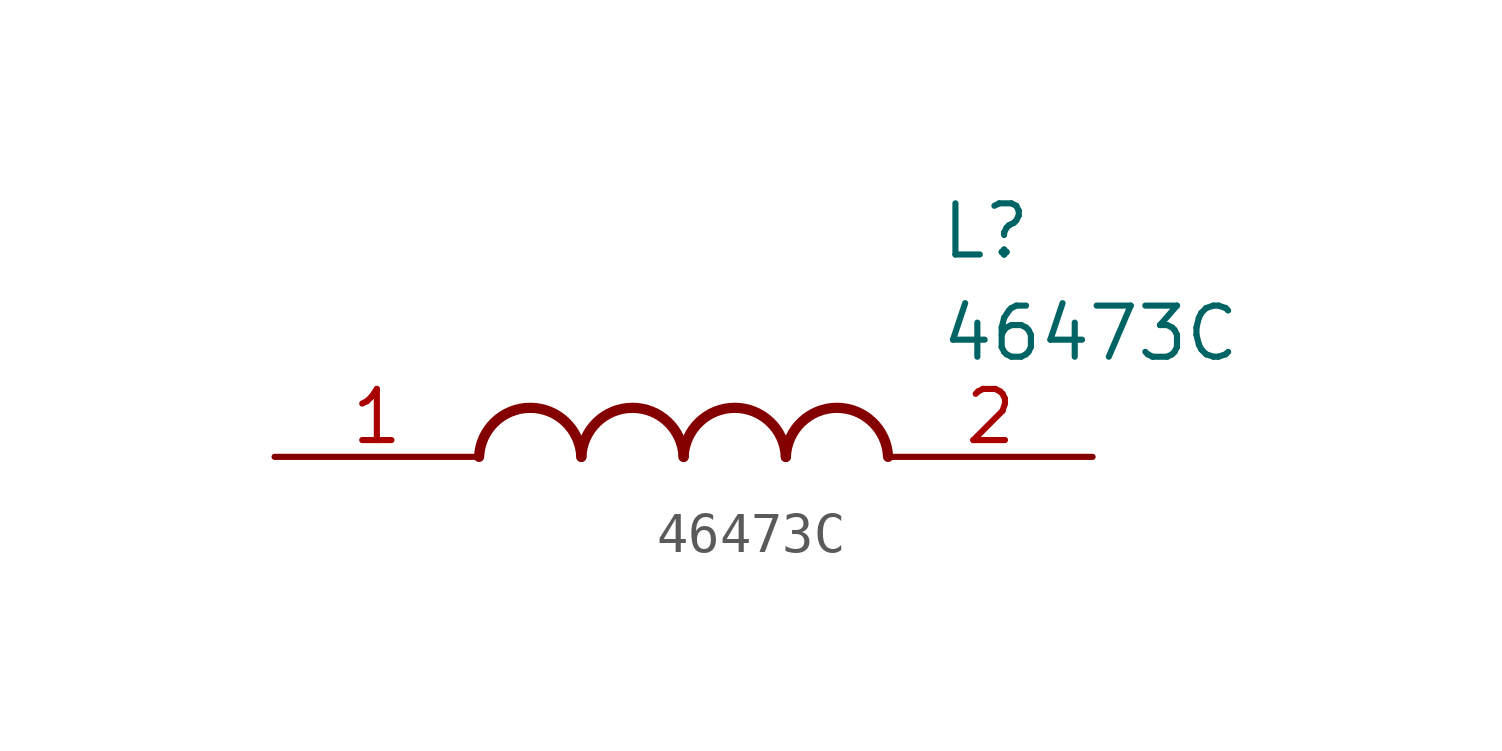
<source format=kicad_sym>
(kicad_symbol_lib
  (version 20211014)
  (generator SamacSys_ECAD_Model)
  (symbol "46473C"
    (pin_names hide)
    (property "Reference" "L"
      (at 16.51 6.35 0)
      (effects (font (size 1.27 1.27)) (justify left top)))
    (property "Value" "46473C"
      (at 16.51 3.81 0)
      (effects (font (size 1.27 1.27)) (justify left top)))
    (arc
      (start 7.62 0)
      (mid 6.35 1.219)
      (end 5.08 0)
      (stroke (width 0.254) (type default))
      (fill (type none)))
    (arc
      (start 10.16 0)
      (mid 8.89 1.219)
      (end 7.62 0)
      (stroke (width 0.254) (type default))
      (fill (type none)))
    (arc
      (start 12.7 0)
      (mid 11.43 1.219)
      (end 10.16 0)
      (stroke (width 0.254) (type default))
      (fill (type none)))
    (arc
      (start 15.24 0)
      (mid 13.97 1.219)
      (end 12.7 0)
      (stroke (width 0.254) (type default))
      (fill (type none)))
    (pin passive line
      (at 0 0 0)
      (length 5.08)
      (name "1" (effects (font (size 1.27 1.27))))
      (number "1" (effects (font (size 1.27 1.27)))))
    (pin passive line
      (at 20.32 0 180)
      (length 5.08)
      (name "2" (effects (font (size 1.27 1.27))))
      (number "2" (effects (font (size 1.27 1.27)))))))
</source>
